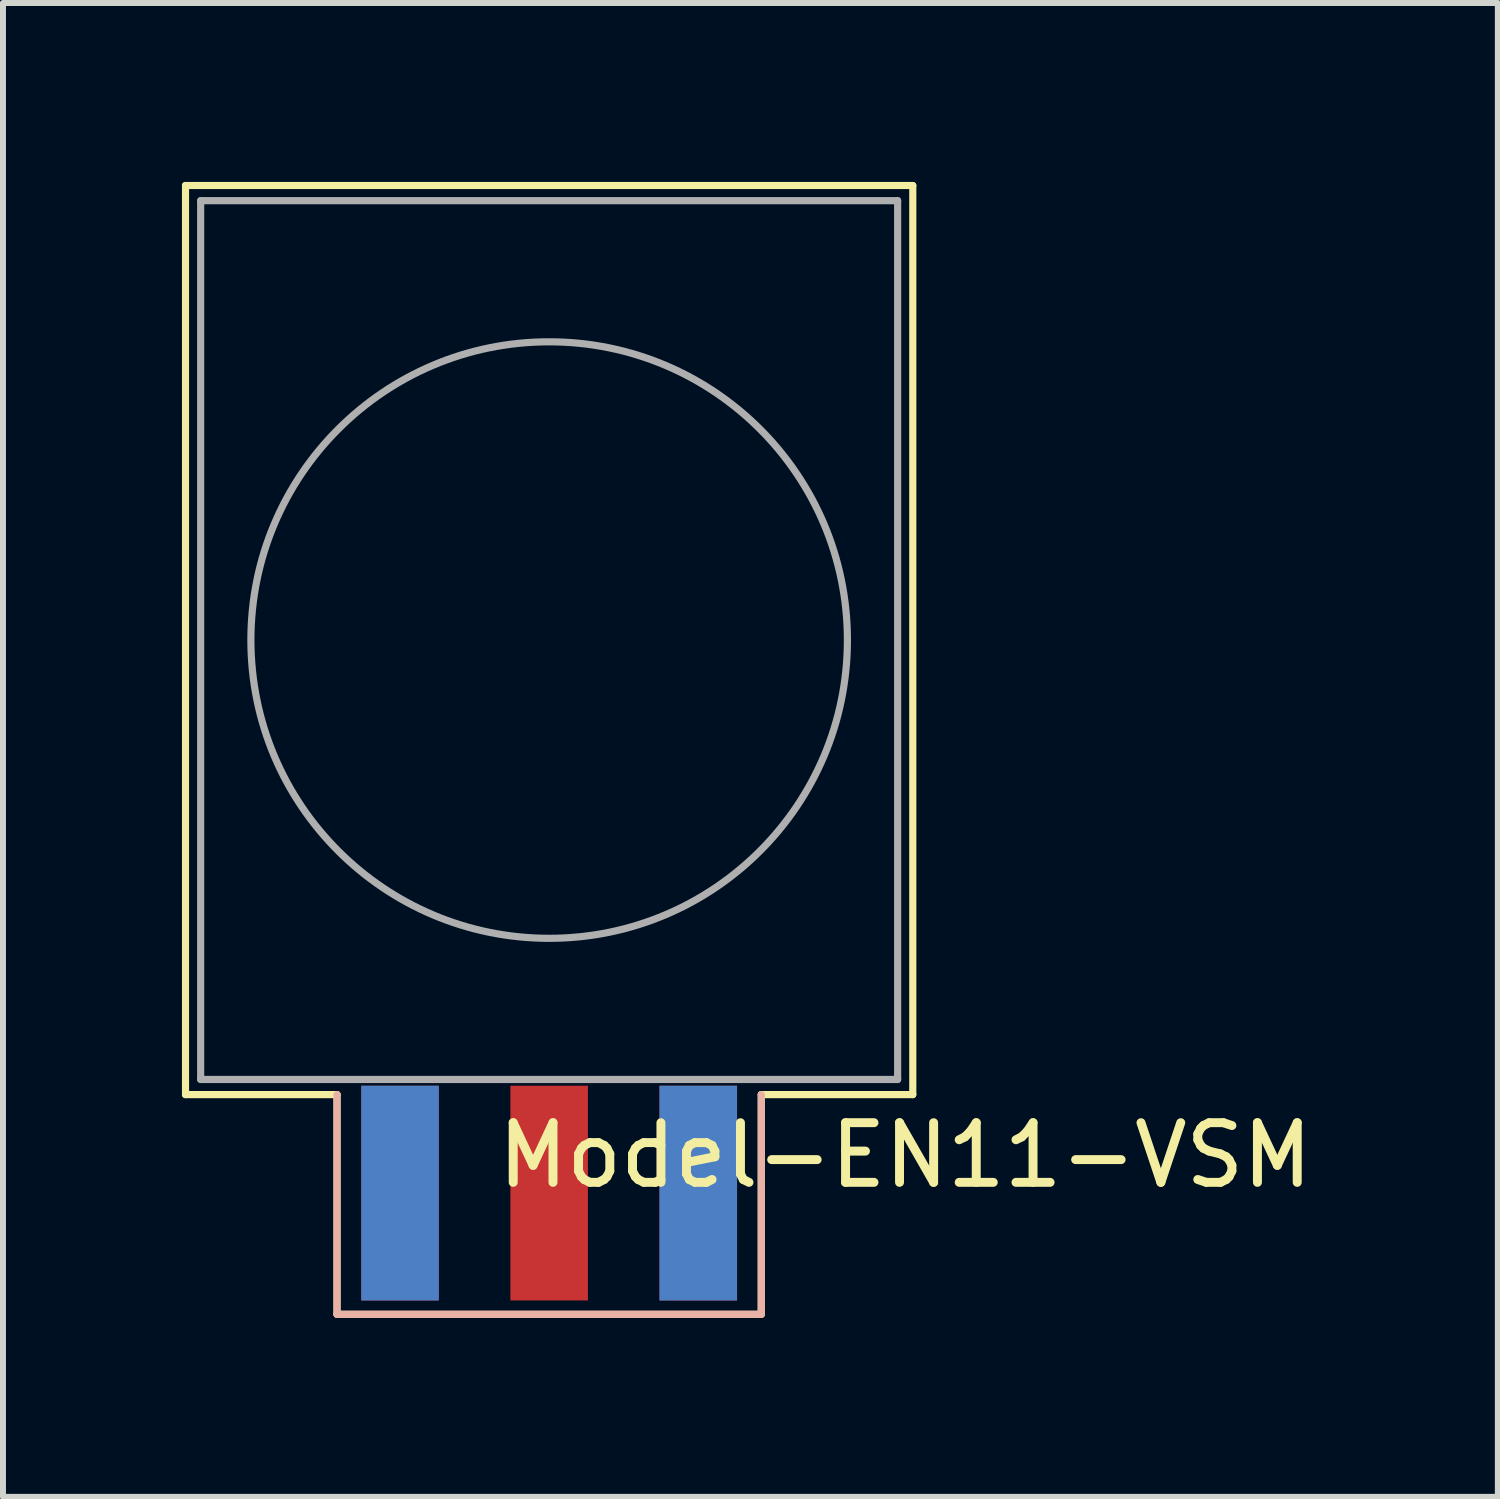
<source format=kicad_pcb>
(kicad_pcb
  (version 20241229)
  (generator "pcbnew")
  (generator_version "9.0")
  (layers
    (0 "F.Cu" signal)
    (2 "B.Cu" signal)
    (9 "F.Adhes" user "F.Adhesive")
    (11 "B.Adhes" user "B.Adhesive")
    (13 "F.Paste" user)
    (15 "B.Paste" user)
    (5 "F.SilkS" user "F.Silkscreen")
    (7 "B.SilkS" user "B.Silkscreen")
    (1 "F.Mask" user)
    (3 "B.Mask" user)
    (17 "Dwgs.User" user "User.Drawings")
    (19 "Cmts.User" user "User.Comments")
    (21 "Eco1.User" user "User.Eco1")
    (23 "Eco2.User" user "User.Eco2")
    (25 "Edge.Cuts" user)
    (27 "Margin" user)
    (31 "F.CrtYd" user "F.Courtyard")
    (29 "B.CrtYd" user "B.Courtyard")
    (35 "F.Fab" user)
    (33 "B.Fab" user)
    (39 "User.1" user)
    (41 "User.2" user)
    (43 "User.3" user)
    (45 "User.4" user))
  (footprint "Model-EN11-VSM"
    (layer "F.Cu")
    (at 6.156 7.68)
    (property "Reference" "Model-EN11-VSM" (at 5.969 8.636 0) (layer "F.SilkS") (effects (font (size 1 1) (thickness 0.15))))
    (attr through_hole)
    (fp_line (start -6.096 -7.62) (end -6.096 7.62) (stroke (width 0.12) (type solid)) (layer "F.SilkS"))
    (fp_line (start -3.556 7.62) (end -6.096 7.62) (stroke (width 0.12) (type solid)) (layer "F.SilkS"))
    (fp_line (start -3.556 11.303) (end -3.556 7.62) (stroke (width 0.12) (type solid)) (layer "F.SilkS"))
    (fp_line (start 3.556 7.62) (end 3.556 11.303) (stroke (width 0.12) (type solid)) (layer "F.SilkS"))
    (fp_line (start 3.556 7.62) (end 6.096 7.62) (stroke (width 0.12) (type solid)) (layer "F.SilkS"))
    (fp_line (start 3.556 11.303) (end -3.556 11.303) (stroke (width 0.12) (type solid)) (layer "F.SilkS"))
    (fp_line (start 6.096 -7.62) (end -6.096 -7.62) (stroke (width 0.12) (type solid)) (layer "F.SilkS"))
    (fp_line (start 6.096 7.62) (end 6.096 -7.62) (stroke (width 0.12) (type solid)) (layer "F.SilkS"))
    (fp_line (start -3.556 7.62) (end -3.556 11.303) (stroke (width 0.12) (type solid)) (layer "B.SilkS"))
    (fp_line (start -3.556 11.303) (end 3.556 11.303) (stroke (width 0.12) (type solid)) (layer "B.SilkS"))
    (fp_line (start 3.556 11.303) (end 3.556 7.62) (stroke (width 0.12) (type solid)) (layer "B.SilkS"))
    (fp_line (start -5.842 7.366) (end -5.842 -7.366) (stroke (width 0.12) (type solid)) (layer "F.Fab"))
    (fp_line (start -5.842 7.366) (end 5.842 7.366) (stroke (width 0.12) (type solid)) (layer "F.Fab"))
    (fp_line (start 5.842 -7.366) (end -5.842 -7.366) (stroke (width 0.12) (type solid)) (layer "F.Fab"))
    (fp_line (start 5.842 -7.366) (end 5.842 7.366) (stroke (width 0.12) (type solid)) (layer "F.Fab"))
    (fp_circle (center 0 0) (end 5 0) (stroke (width 0.12) (type solid)) (fill no) (layer "F.Fab"))
    (pad "A" smd rect (at 2.5 9.271) (size 1.3 3.6) (layers "F.Cu" "F.Mask" "F.Paste"))
    (pad "B" smd rect (at -2.5 9.271) (size 1.3 3.6) (layers "F.Cu" "F.Mask" "F.Paste"))
    (pad "C" smd rect (at 0 9.271) (size 1.3 3.6) (layers "F.Cu" "F.Mask" "F.Paste"))
    (pad "S1" smd rect (at 2.5 9.271) (size 1.3 3.6) (layers "B.Cu" "B.Mask" "B.Paste"))
    (pad "S2" smd rect (at -2.5 9.271) (size 1.3 3.6) (layers "B.Cu" "B.Mask" "B.Paste")))
  (gr_rect
    (start -3 -3)
    (end 22.06 22.043)
    (stroke (width 0.1) (type default))
    (fill no)
    (layer "Edge.Cuts")))
</source>
